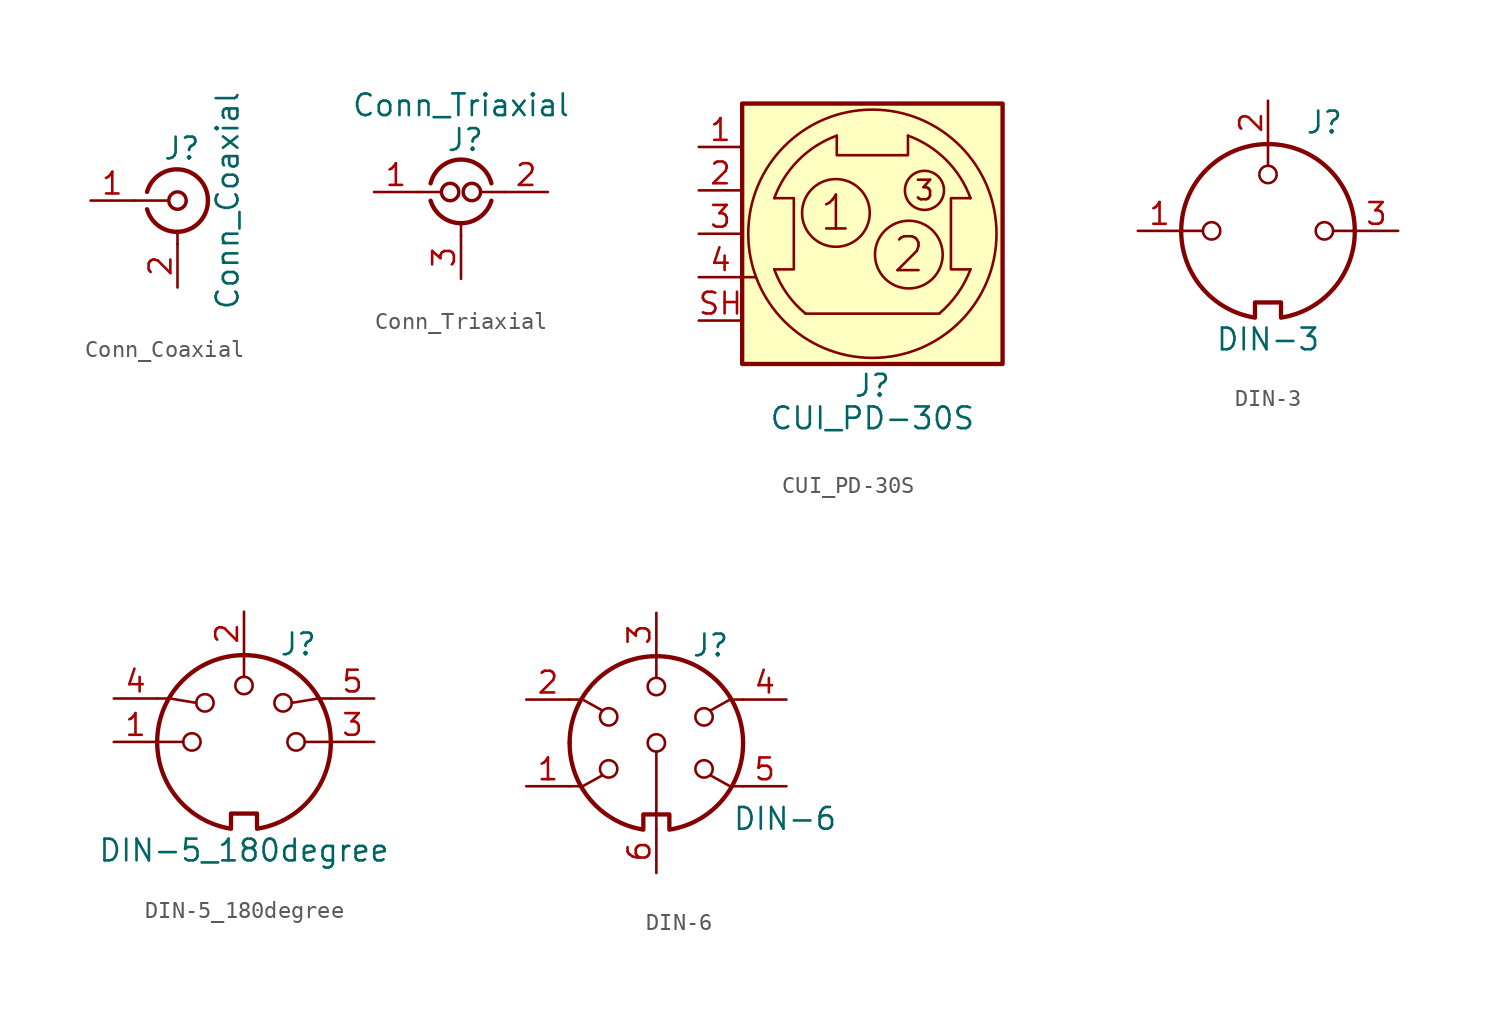
<source format=kicad_sym>
(kicad_symbol_lib
  (version 20211014)
  (generator kicad_symbol_editor)
  (symbol "Conn_Coaxial"
    (pin_names
      (offset 1.016) hide)
    (property "Reference" "J"
      (at 0.254 3.048 0)
      (effects (font (size 1.27 1.27))))
    (property "Value" "Conn_Coaxial"
      (at 2.921 0 90)
      (effects (font (size 1.27 1.27))))
    (symbol "Conn_Coaxial_0_1"
      (arc (start -1.778 -0.508) (mid 0.222 -1.808) (end 1.778 0) (stroke (width 0.254) (type default) (color 0 0 0 0)) (fill (type none)))
      (polyline (pts (xy -2.54 0) (xy -0.508 0)) (stroke (width 0) (type default) (color 0 0 0 0)) (fill (type none)))
      (polyline (pts (xy 0 -2.54) (xy 0 -1.778)) (stroke (width 0) (type default) (color 0 0 0 0)) (fill (type none)))
      (circle (center 0 0) (radius 0.508) (stroke (width 0.203) (type default) (color 0 0 0 0)) (fill (type none)))
      (arc (start 1.778 0) (mid 0.2221 1.8083) (end -1.778 0.508) (stroke (width 0.254) (type default) (color 0 0 0 0)) (fill (type none))))
    (symbol "Conn_Coaxial_1_1"
      (pin passive line (at -5.08 0 0) (length 2.54) (name "In" (effects (font (size 1.27 1.27)))) (number "1" (effects (font (size 1.27 1.27)))))
      (pin passive line (at 0 -5.08 90) (length 2.54) (name "Ext" (effects (font (size 1.27 1.27)))) (number "2" (effects (font (size 1.27 1.27)))))))
  (symbol "Conn_Triaxial"
    (pin_names hide)
    (property "Reference" "J"
      (at 0.254 5.588 0)
      (effects (font (size 1.27 1.27))))
    (property "Value" "Conn_Triaxial"
      (at 0 7.62 0)
      (effects (font (size 1.27 1.27))))
    (symbol "Conn_Triaxial_0_1"
      (arc (start -1.778 2.032) (mid 0 0.7152) (end 1.778 2.032) (stroke (width 0.254) (type default) (color 0 0 0 0)) (fill (type none)))
      (circle (center -0.635 2.54) (radius 0.508) (stroke (width 0.203) (type default) (color 0 0 0 0)) (fill (type none)))
      (polyline (pts (xy -2.54 2.54) (xy -1.143 2.54)) (stroke (width 0) (type default) (color 0 0 0 0)) (fill (type none)))
      (polyline (pts (xy 0 0) (xy 0 0.762)) (stroke (width 0) (type default) (color 0 0 0 0)) (fill (type none)))
      (polyline (pts (xy 1.27 2.54) (xy 2.54 2.54)) (stroke (width 0) (type default) (color 0 0 0 0)) (fill (type none)))
      (circle (center 0.635 2.54) (radius 0.508) (stroke (width 0.203) (type default) (color 0 0 0 0)) (fill (type none)))
      (arc (start 1.778 3.048) (mid 0 4.4383) (end -1.778 3.048) (stroke (width 0.254) (type default) (color 0 0 0 0)) (fill (type none))))
    (symbol "Conn_Triaxial_1_1"
      (pin passive line (at -5.08 2.54 0) (length 2.54) (name "In1" (effects (font (size 1.27 1.27)))) (number "1" (effects (font (size 1.27 1.27)))))
      (pin passive line (at 5.08 2.54 180) (length 2.54) (name "In2" (effects (font (size 1.27 1.27)))) (number "2" (effects (font (size 1.27 1.27)))))
      (pin passive line (at 0 -2.54 90) (length 2.54) (name "Ext" (effects (font (size 1.27 1.27)))) (number "3" (effects (font (size 1.27 1.27)))))))
  (symbol "CUI_PD-30S"
    (pin_names
      (offset 1.016) hide)
    (property "Reference" "J"
      (at 0 -8.89 0)
      (effects (font (size 1.27 1.27))))
    (property "Value" "CUI_PD-30S"
      (at 0 -10.795 0)
      (effects (font (size 1.27 1.27))))
    (symbol "CUI_PD-30S_0_1"
      (rectangle (start -7.62 -7.62) (end 7.62 7.62) (stroke (width 0.254) (type default) (color 0 0 0 0)) (fill (type background)))
      (arc (start -5.7404 -2.0828) (mid -5.0022 -3.5026) (end -3.9116 -4.6736) (stroke (width 0) (type default) (color 0 0 0 0)) (fill (type none)))
      (circle (center -2.134 1.219) (radius 1.981) (stroke (width 0) (type default) (color 0 0 0 0)) (fill (type none)))
      (arc (start -2.0828 5.7404) (mid -4.318 4.318) (end -5.7404 2.0828) (stroke (width 0) (type default) (color 0 0 0 0)) (fill (type none)))
      (polyline (pts (xy -7.62 -2.54) (xy -6.807 -2.54)) (stroke (width 0) (type default) (color 0 0 0 0)) (fill (type none)))
      (polyline (pts (xy -3.912 -4.674) (xy 3.912 -4.674)) (stroke (width 0) (type default) (color 0 0 0 0)) (fill (type none)))
      (polyline (pts (xy -5.74 2.083) (xy -4.597 2.083) (xy -4.597 -2.083) (xy -5.74 -2.083)) (stroke (width 0) (type default) (color 0 0 0 0)) (fill (type none)))
      (polyline (pts (xy 2.083 5.74) (xy 2.083 4.597) (xy -2.083 4.597) (xy -2.083 5.74)) (stroke (width 0) (type default) (color 0 0 0 0)) (fill (type none)))
      (polyline (pts (xy 5.74 -2.083) (xy 4.597 -2.083) (xy 4.597 2.083) (xy 5.74 2.083)) (stroke (width 0) (type default) (color 0 0 0 0)) (fill (type none)))
      (circle (center 0 0) (radius 7.264) (stroke (width 0) (type default) (color 0 0 0 0)) (fill (type none)))
      (circle (center 2.134 -1.219) (radius 1.981) (stroke (width 0) (type default) (color 0 0 0 0)) (fill (type none)))
      (circle (center 3.048 2.54) (radius 1.143) (stroke (width 0) (type default) (color 0 0 0 0)) (fill (type none)))
      (arc (start 3.9116 -4.6736) (mid 4.9924 -3.4956) (end 5.7404 -2.0828) (stroke (width 0) (type default) (color 0 0 0 0)) (fill (type none)))
      (arc (start 5.7404 2.0828) (mid 4.318 4.318) (end 2.0828 5.7404) (stroke (width 0) (type default) (color 0 0 0 0)) (fill (type none)))
      (text "1" (at -2.134 1.219 0) (effects (font (size 1.981 1.981))))
      (text "2" (at 2.134 -1.219 0) (effects (font (size 1.981 1.981))))
      (text "3" (at 3.048 2.54 0) (effects (font (size 1.143 1.143)))))
    (symbol "CUI_PD-30S_1_1"
      (pin passive line (at -10.16 5.08 0) (length 2.54) (name "1" (effects (font (size 1.27 1.27)))) (number "1" (effects (font (size 1.27 1.27)))))
      (pin passive line (at -10.16 2.54 0) (length 2.54) (name "2" (effects (font (size 1.27 1.27)))) (number "2" (effects (font (size 1.27 1.27)))))
      (pin passive line (at -10.16 0 0) (length 2.54) (name "3" (effects (font (size 1.27 1.27)))) (number "3" (effects (font (size 1.27 1.27)))))
      (pin passive line (at -10.16 -2.54 0) (length 2.54) (name "Shield" (effects (font (size 1.27 1.27)))) (number "4" (effects (font (size 1.27 1.27)))))
      (pin passive line (at -10.16 -5.08 0) (length 2.54) (name "Shield" (effects (font (size 1.27 1.27)))) (number "SH" (effects (font (size 1.27 1.27)))))))
  (symbol "DIN-3"
    (pin_names
      (offset 1.016))
    (property "Reference" "J"
      (at 3.302 6.35 0)
      (effects (font (size 1.27 1.27))))
    (property "Value" "DIN-3"
      (at 0 -6.35 0)
      (effects (font (size 1.27 1.27))))
    (symbol "DIN-3_0_1"
      (arc (start -5.08 0) (mid -3.8597 -3.3379) (end -0.762 -5.08) (stroke (width 0.254) (type default) (color 0 0 0 0)) (fill (type none)))
      (circle (center -3.302 0) (radius 0.508) (stroke (width 0) (type default) (color 0 0 0 0)) (fill (type none)))
      (polyline (pts (xy -3.81 0) (xy -5.08 0)) (stroke (width 0) (type default) (color 0 0 0 0)) (fill (type none)))
      (polyline (pts (xy 0 3.81) (xy 0 5.08)) (stroke (width 0) (type default) (color 0 0 0 0)) (fill (type none)))
      (polyline (pts (xy 5.08 0) (xy 3.81 0)) (stroke (width 0) (type default) (color 0 0 0 0)) (fill (type none)))
      (polyline (pts (xy -0.762 -4.953) (xy -0.762 -4.191) (xy 0.762 -4.191) (xy 0.762 -4.953)) (stroke (width 0.254) (type default) (color 0 0 0 0)) (fill (type none)))
      (circle (center 0 3.302) (radius 0.508) (stroke (width 0) (type default) (color 0 0 0 0)) (fill (type none)))
      (arc (start 0.762 -5.08) (mid 3.8673 -3.3444) (end 5.08 0) (stroke (width 0.254) (type default) (color 0 0 0 0)) (fill (type none)))
      (circle (center 3.302 0) (radius 0.508) (stroke (width 0) (type default) (color 0 0 0 0)) (fill (type none)))
      (arc (start 5.08 0) (mid 0 5.08) (end -5.08 0) (stroke (width 0.254) (type default) (color 0 0 0 0)) (fill (type none))))
    (symbol "DIN-3_1_1"
      (pin passive line (at -7.62 0 0) (length 2.54) (name "~" (effects (font (size 1.27 1.27)))) (number "1" (effects (font (size 1.27 1.27)))))
      (pin passive line (at 0 7.62 270) (length 2.54) (name "~" (effects (font (size 1.27 1.27)))) (number "2" (effects (font (size 1.27 1.27)))))
      (pin passive line (at 7.62 0 180) (length 2.54) (name "~" (effects (font (size 1.27 1.27)))) (number "3" (effects (font (size 1.27 1.27)))))))
  (symbol "DIN-5_180degree"
    (pin_names
      (offset 1.016))
    (property "Reference" "J"
      (at 3.175 5.715 0)
      (effects (font (size 1.27 1.27))))
    (property "Value" "DIN-5_180degree"
      (at 0 -6.35 0)
      (effects (font (size 1.27 1.27))))
    (symbol "DIN-5_180degree_0_1"
      (arc (start -5.08 0) (mid -3.8597 -3.3379) (end -0.762 -5.08) (stroke (width 0.254) (type default) (color 0 0 0 0)) (fill (type none)))
      (circle (center -3.048 0) (radius 0.508) (stroke (width 0) (type default) (color 0 0 0 0)) (fill (type none)))
      (circle (center -2.286 2.286) (radius 0.508) (stroke (width 0) (type default) (color 0 0 0 0)) (fill (type none)))
      (polyline (pts (xy -5.08 0) (xy -3.556 0)) (stroke (width 0) (type default) (color 0 0 0 0)) (fill (type none)))
      (polyline (pts (xy 0 5.08) (xy 0 3.81)) (stroke (width 0) (type default) (color 0 0 0 0)) (fill (type none)))
      (polyline (pts (xy 5.08 0) (xy 3.556 0)) (stroke (width 0) (type default) (color 0 0 0 0)) (fill (type none)))
      (polyline (pts (xy -5.08 2.54) (xy -4.318 2.54) (xy -2.794 2.286)) (stroke (width 0) (type default) (color 0 0 0 0)) (fill (type none)))
      (polyline (pts (xy 5.08 2.54) (xy 4.318 2.54) (xy 2.794 2.286)) (stroke (width 0) (type default) (color 0 0 0 0)) (fill (type none)))
      (polyline (pts (xy -0.762 -4.953) (xy -0.762 -4.191) (xy 0.762 -4.191) (xy 0.762 -4.953)) (stroke (width 0.254) (type default) (color 0 0 0 0)) (fill (type none)))
      (circle (center 0 3.302) (radius 0.508) (stroke (width 0) (type default) (color 0 0 0 0)) (fill (type none)))
      (arc (start 0.762 -5.08) (mid 3.8673 -3.3444) (end 5.08 0) (stroke (width 0.254) (type default) (color 0 0 0 0)) (fill (type none)))
      (circle (center 2.286 2.286) (radius 0.508) (stroke (width 0) (type default) (color 0 0 0 0)) (fill (type none)))
      (circle (center 3.048 0) (radius 0.508) (stroke (width 0) (type default) (color 0 0 0 0)) (fill (type none)))
      (arc (start 5.08 0) (mid 0 5.08) (end -5.08 0) (stroke (width 0.254) (type default) (color 0 0 0 0)) (fill (type none))))
    (symbol "DIN-5_180degree_1_1"
      (pin passive line (at -7.62 0 0) (length 2.54) (name "~" (effects (font (size 1.27 1.27)))) (number "1" (effects (font (size 1.27 1.27)))))
      (pin passive line (at 0 7.62 270) (length 2.54) (name "~" (effects (font (size 1.27 1.27)))) (number "2" (effects (font (size 1.27 1.27)))))
      (pin passive line (at 7.62 0 180) (length 2.54) (name "~" (effects (font (size 1.27 1.27)))) (number "3" (effects (font (size 1.27 1.27)))))
      (pin passive line (at -7.62 2.54 0) (length 2.54) (name "~" (effects (font (size 1.27 1.27)))) (number "4" (effects (font (size 1.27 1.27)))))
      (pin passive line (at 7.62 2.54 180) (length 2.54) (name "~" (effects (font (size 1.27 1.27)))) (number "5" (effects (font (size 1.27 1.27)))))))
  (symbol "DIN-6"
    (pin_names
      (offset 1.016))
    (property "Reference" "J"
      (at 3.175 5.715 0)
      (effects (font (size 1.27 1.27))))
    (property "Value" "DIN-6"
      (at 4.445 -4.445 0)
      (effects (font (size 1.27 1.27)) (justify left)))
    (symbol "DIN-6_0_1"
      (arc (start -5.08 0) (mid -3.8597 -3.3379) (end -0.762 -5.08) (stroke (width 0.254) (type default) (color 0 0 0 0)) (fill (type none)))
      (circle (center -2.794 -1.524) (radius 0.508) (stroke (width 0) (type default) (color 0 0 0 0)) (fill (type none)))
      (circle (center -2.794 1.524) (radius 0.508) (stroke (width 0) (type default) (color 0 0 0 0)) (fill (type none)))
      (polyline (pts (xy 0 -5.08) (xy 0 -0.508)) (stroke (width 0) (type default) (color 0 0 0 0)) (fill (type none)))
      (polyline (pts (xy 0 5.08) (xy 0 3.81)) (stroke (width 0) (type default) (color 0 0 0 0)) (fill (type none)))
      (polyline (pts (xy -5.08 -2.54) (xy -4.318 -2.54) (xy -3.175 -1.905)) (stroke (width 0) (type default) (color 0 0 0 0)) (fill (type none)))
      (polyline (pts (xy -5.08 2.54) (xy -4.318 2.54) (xy -3.175 1.905)) (stroke (width 0) (type default) (color 0 0 0 0)) (fill (type none)))
      (polyline (pts (xy 5.08 -2.54) (xy 4.318 -2.54) (xy 3.175 -1.905)) (stroke (width 0) (type default) (color 0 0 0 0)) (fill (type none)))
      (polyline (pts (xy 5.08 2.54) (xy 4.318 2.54) (xy 3.175 1.905)) (stroke (width 0) (type default) (color 0 0 0 0)) (fill (type none)))
      (polyline (pts (xy -0.762 -4.953) (xy -0.762 -4.191) (xy 0.762 -4.191) (xy 0.762 -4.953)) (stroke (width 0.254) (type default) (color 0 0 0 0)) (fill (type none)))
      (circle (center 0 0) (radius 0.508) (stroke (width 0) (type default) (color 0 0 0 0)) (fill (type none)))
      (circle (center 0 3.302) (radius 0.508) (stroke (width 0) (type default) (color 0 0 0 0)) (fill (type none)))
      (arc (start 0.762 -5.08) (mid 3.8673 -3.3444) (end 5.08 0) (stroke (width 0.254) (type default) (color 0 0 0 0)) (fill (type none)))
      (circle (center 2.794 -1.524) (radius 0.508) (stroke (width 0) (type default) (color 0 0 0 0)) (fill (type none)))
      (circle (center 2.794 1.524) (radius 0.508) (stroke (width 0) (type default) (color 0 0 0 0)) (fill (type none)))
      (arc (start 5.08 0) (mid 0 5.08) (end -5.08 0) (stroke (width 0.254) (type default) (color 0 0 0 0)) (fill (type none))))
    (symbol "DIN-6_1_1"
      (pin passive line (at -7.62 -2.54 0) (length 2.54) (name "~" (effects (font (size 1.27 1.27)))) (number "1" (effects (font (size 1.27 1.27)))))
      (pin passive line (at -7.62 2.54 0) (length 2.54) (name "~" (effects (font (size 1.27 1.27)))) (number "2" (effects (font (size 1.27 1.27)))))
      (pin passive line (at 0 7.62 270) (length 2.54) (name "~" (effects (font (size 1.27 1.27)))) (number "3" (effects (font (size 1.27 1.27)))))
      (pin passive line (at 7.62 2.54 180) (length 2.54) (name "~" (effects (font (size 1.27 1.27)))) (number "4" (effects (font (size 1.27 1.27)))))
      (pin passive line (at 7.62 -2.54 180) (length 2.54) (name "~" (effects (font (size 1.27 1.27)))) (number "5" (effects (font (size 1.27 1.27)))))
      (pin passive line (at 0 -7.62 90) (length 2.54) (name "~" (effects (font (size 1.27 1.27)))) (number "6" (effects (font (size 1.27 1.27))))))))
</source>
